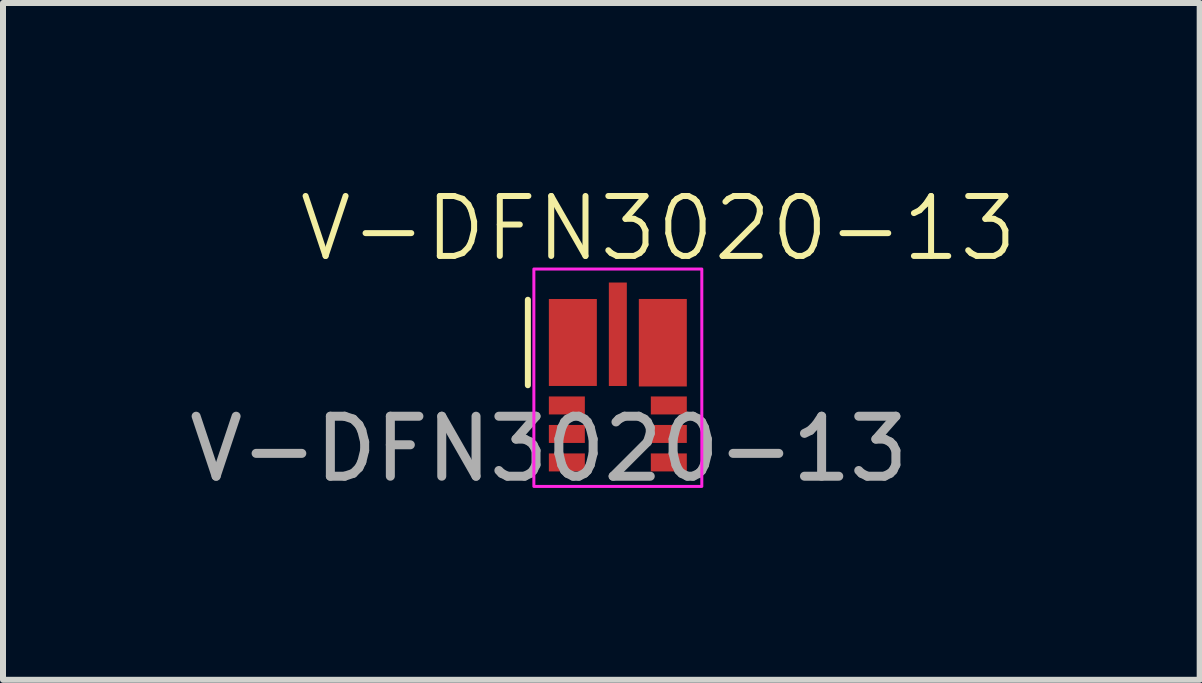
<source format=kicad_pcb>
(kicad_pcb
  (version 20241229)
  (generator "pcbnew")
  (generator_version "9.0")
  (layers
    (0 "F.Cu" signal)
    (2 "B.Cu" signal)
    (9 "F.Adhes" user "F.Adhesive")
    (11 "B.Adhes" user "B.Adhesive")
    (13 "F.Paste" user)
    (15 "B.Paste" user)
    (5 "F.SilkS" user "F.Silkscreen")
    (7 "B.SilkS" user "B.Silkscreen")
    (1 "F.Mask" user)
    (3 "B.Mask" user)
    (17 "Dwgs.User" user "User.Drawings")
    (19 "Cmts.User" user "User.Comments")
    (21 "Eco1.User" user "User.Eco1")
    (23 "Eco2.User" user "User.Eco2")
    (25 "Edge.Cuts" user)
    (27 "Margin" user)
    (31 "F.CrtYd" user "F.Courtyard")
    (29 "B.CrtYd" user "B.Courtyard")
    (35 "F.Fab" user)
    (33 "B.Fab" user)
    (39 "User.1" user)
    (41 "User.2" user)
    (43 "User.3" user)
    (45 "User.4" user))
  (footprint "V-DFN3020-13"
    (layer "F.Cu")
    (at 6.101 1.935)
    (property "Reference" "V-DFN3020-13" (at 1.825 -1.175 0) (unlocked yes) (layer "F.SilkS") (effects (font (size 1 1) (thickness 0.1))))
    (attr smd)
    (fp_line (start -0.35 0.013) (end -0.35 1.438) (stroke (width 0.1) (type default)) (layer "F.SilkS"))
    (fp_rect (start -0.25 -0.5) (end 2.55 3.125) (stroke (width 0.05) (type default)) (fill no) (layer "F.CrtYd"))
    (fp_text user "${REFERENCE}" (at 0 2.5 0) (unlocked yes) (layer "F.Fab") (effects (font (size 1 1) (thickness 0.15))))
    (pad "1" smd rect (at 0.4 0.725) (size 0.8 1.45) (layers "F.Cu" "F.Mask" "F.Paste"))
    (pad "2" smd rect (at 0.3 1.775) (size 0.6 0.3) (layers "F.Cu" "F.Mask" "F.Paste"))
    (pad "3" smd rect (at 0.3 2.25) (size 0.6 0.3) (layers "F.Cu" "F.Mask" "F.Paste"))
    (pad "4" smd rect (at 0.3 2.725) (size 0.6 0.3) (layers "F.Cu" "F.Mask" "F.Paste"))
    (pad "5" smd rect (at 2 2.725) (size 0.6 0.3) (layers "F.Cu" "F.Mask" "F.Paste"))
    (pad "6" smd rect (at 2 2.25) (size 0.6 0.3) (layers "F.Cu" "F.Mask" "F.Paste"))
    (pad "7" smd rect (at 2 1.775) (size 0.6 0.3) (layers "F.Cu" "F.Mask" "F.Paste"))
    (pad "8" smd rect (at 1.9 0.729) (size 0.8 1.459) (layers "F.Cu" "F.Mask" "F.Paste"))
    (pad "9" smd rect (at 1.15 0.588) (size 0.3 1.725) (layers "F.Cu" "F.Mask" "F.Paste")))
  (gr_rect
    (start -3 -3)
    (end 16.952 8.284)
    (stroke (width 0.1) (type default))
    (fill no)
    (layer "Edge.Cuts")))
</source>
